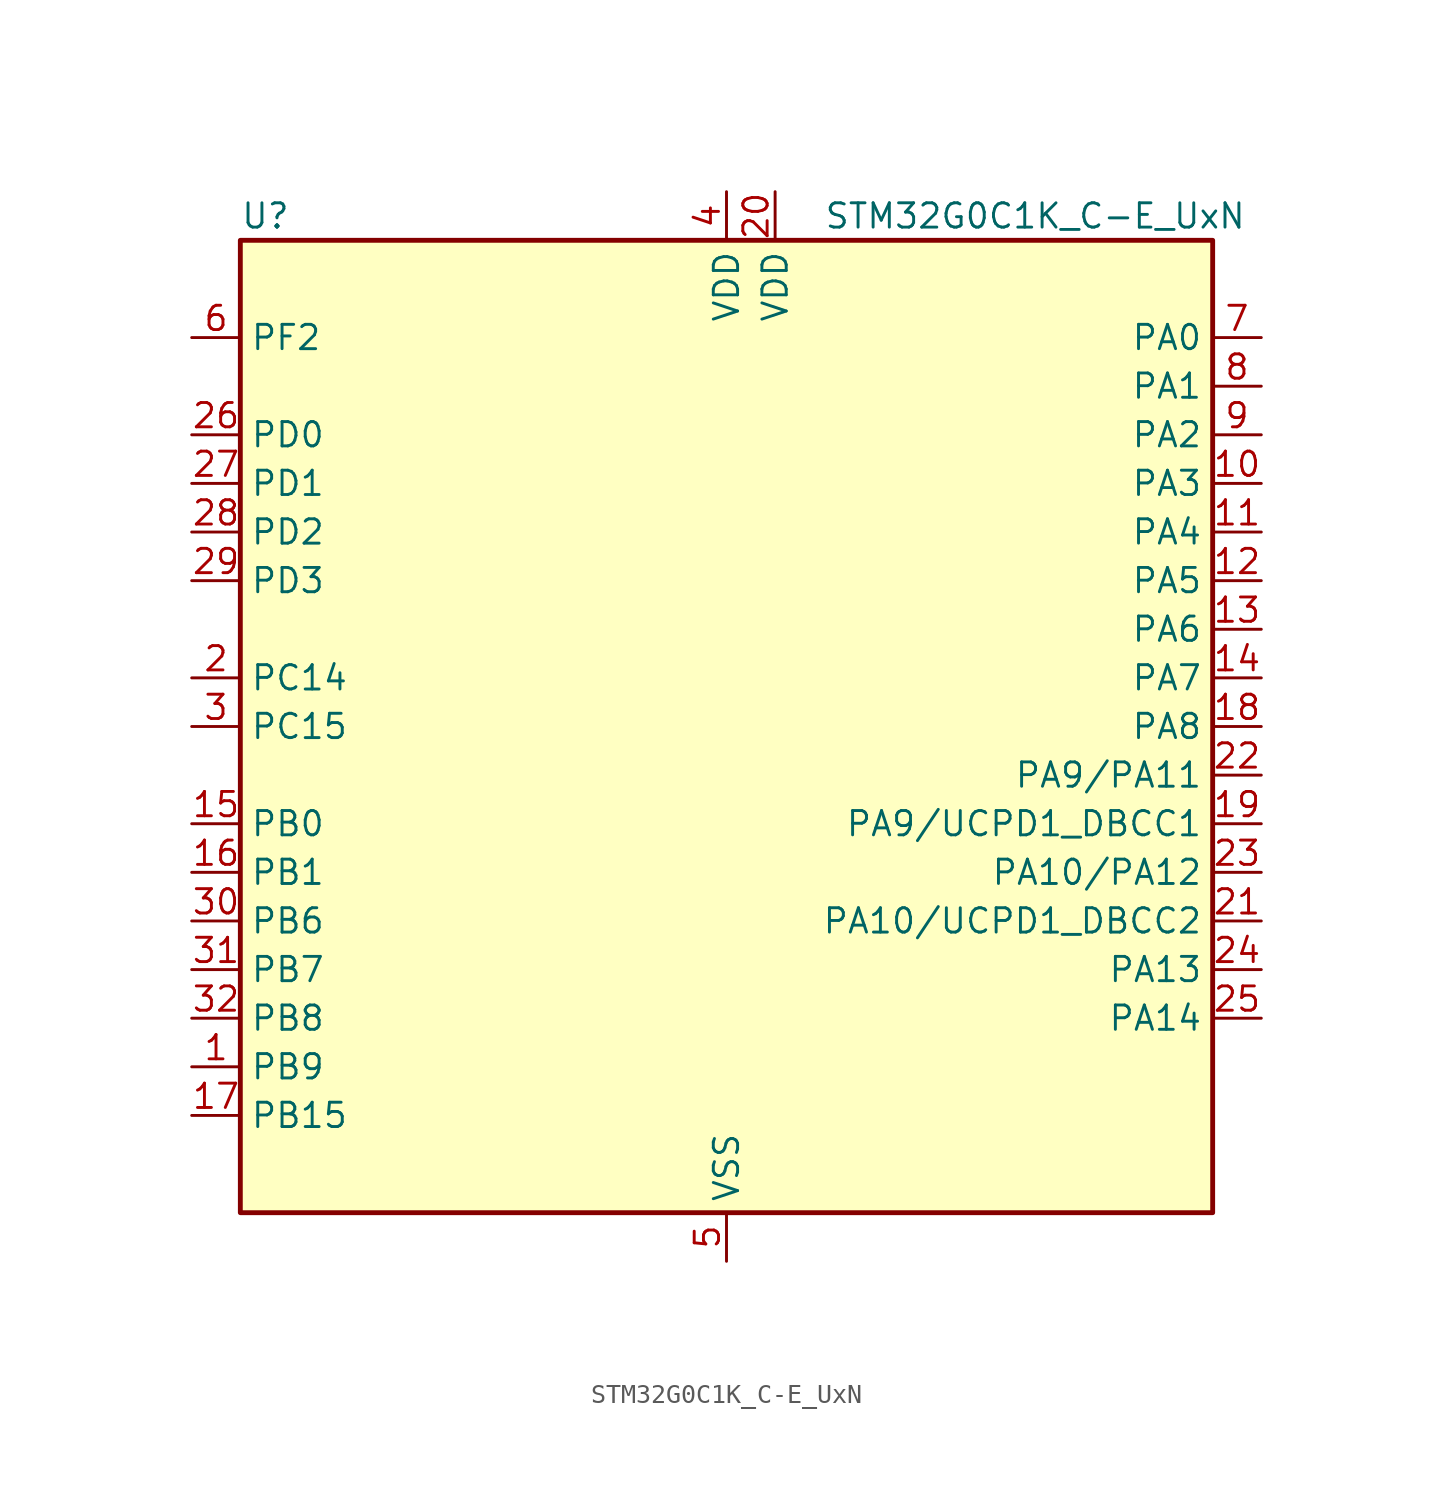
<source format=kicad_sym>
(kicad_symbol_lib
  (version 20231120)
  (generator "kicad-library-utils")
  (generator_version "8.0")
  (symbol "STM32G0C1K_C-E_UxN"
    (property "Reference" "U"
      (at -25.4 26.67 0)
      (effects (font (size 1.27 1.27)) (justify left)))
    (property "Value" "STM32G0C1K_C-E_UxN"
      (at 5.08 26.67 0)
      (effects (font (size 1.27 1.27)) (justify left)))
    (symbol "STM32G0C1K_C-E_UxN_0_1"
      (rectangle (start -25.4 -25.4) (end 25.4 25.4) (stroke (width 0.254) (type default)) (fill (type background))))
    (symbol "STM32G0C1K_C-E_UxN_1_1"
      (pin bidirectional line (at -27.94 -17.78 0) (length 2.54) (name "PB9" (effects (font (size 1.27 1.27)))) (number "1" (effects (font (size 1.27 1.27)))) (alternate "DAC1_EXTI9" bidirectional line) (alternate "FDCAN1_TX" bidirectional line) (alternate "I2C1_SDA" bidirectional line) (alternate "I2S2_WS" bidirectional line) (alternate "IR_OUT" bidirectional line) (alternate "SPI2_NSS" bidirectional line) (alternate "TIM17_CH1" bidirectional line) (alternate "TIM4_CH4" bidirectional line) (alternate "UCPD2_FRSTX1" bidirectional line) (alternate "UCPD2_FRSTX2" bidirectional line) (alternate "USART3_RX" bidirectional line) (alternate "USART6_RX" bidirectional line))
      (pin bidirectional line (at 27.94 12.7 180) (length 2.54) (name "PA3" (effects (font (size 1.27 1.27)))) (number "10" (effects (font (size 1.27 1.27)))) (alternate "ADC1_IN3" bidirectional line) (alternate "COMP2_INP" bidirectional line) (alternate "I2S2_MCK" bidirectional line) (alternate "LPUART1_RX" bidirectional line) (alternate "SPI2_MISO" bidirectional line) (alternate "TIM15_CH2" bidirectional line) (alternate "TIM2_CH4" bidirectional line) (alternate "UCPD2_FRSTX1" bidirectional line) (alternate "UCPD2_FRSTX2" bidirectional line) (alternate "USART2_RX" bidirectional line))
      (pin bidirectional line (at 27.94 10.16 180) (length 2.54) (name "PA4" (effects (font (size 1.27 1.27)))) (number "11" (effects (font (size 1.27 1.27)))) (alternate "ADC1_IN4" bidirectional line) (alternate "DAC1_OUT1" bidirectional line) (alternate "I2S1_WS" bidirectional line) (alternate "I2S2_SD" bidirectional line) (alternate "LPTIM2_OUT" bidirectional line) (alternate "RTC_OUT1" bidirectional line) (alternate "RTC_TAMP_IN1" bidirectional line) (alternate "RTC_TS" bidirectional line) (alternate "SPI1_NSS" bidirectional line) (alternate "SPI2_MOSI" bidirectional line) (alternate "SYS_WKUP2" bidirectional line) (alternate "TIM14_CH1" bidirectional line) (alternate "UCPD2_FRSTX1" bidirectional line) (alternate "UCPD2_FRSTX2" bidirectional line) (alternate "USART6_TX" bidirectional line) (alternate "USB_NOE" bidirectional line))
      (pin bidirectional line (at 27.94 7.62 180) (length 2.54) (name "PA5" (effects (font (size 1.27 1.27)))) (number "12" (effects (font (size 1.27 1.27)))) (alternate "ADC1_IN5" bidirectional line) (alternate "CEC" bidirectional line) (alternate "DAC1_OUT2" bidirectional line) (alternate "I2S1_CK" bidirectional line) (alternate "LPTIM2_ETR" bidirectional line) (alternate "SPI1_SCK" bidirectional line) (alternate "TIM2_CH1" bidirectional line) (alternate "TIM2_ETR" bidirectional line) (alternate "UCPD1_FRSTX1" bidirectional line) (alternate "UCPD1_FRSTX2" bidirectional line) (alternate "USART3_TX" bidirectional line) (alternate "USART6_RX" bidirectional line))
      (pin bidirectional line (at 27.94 5.08 180) (length 2.54) (name "PA6" (effects (font (size 1.27 1.27)))) (number "13" (effects (font (size 1.27 1.27)))) (alternate "ADC1_IN6" bidirectional line) (alternate "COMP1_OUT" bidirectional line) (alternate "I2C2_SDA" bidirectional line) (alternate "I2C3_SDA" bidirectional line) (alternate "I2S1_MCK" bidirectional line) (alternate "LPUART1_CTS" bidirectional line) (alternate "SPI1_MISO" bidirectional line) (alternate "TIM16_CH1" bidirectional line) (alternate "TIM1_BK" bidirectional line) (alternate "TIM3_CH1" bidirectional line) (alternate "USART3_CTS" bidirectional line) (alternate "USART3_NSS" bidirectional line) (alternate "USART6_CTS" bidirectional line) (alternate "USART6_NSS" bidirectional line))
      (pin bidirectional line (at 27.94 2.54 180) (length 2.54) (name "PA7" (effects (font (size 1.27 1.27)))) (number "14" (effects (font (size 1.27 1.27)))) (alternate "ADC1_IN7" bidirectional line) (alternate "COMP2_OUT" bidirectional line) (alternate "I2C2_SCL" bidirectional line) (alternate "I2C3_SCL" bidirectional line) (alternate "I2S1_SD" bidirectional line) (alternate "SPI1_MOSI" bidirectional line) (alternate "TIM14_CH1" bidirectional line) (alternate "TIM17_CH1" bidirectional line) (alternate "TIM1_CH1N" bidirectional line) (alternate "TIM3_CH2" bidirectional line) (alternate "UCPD1_FRSTX1" bidirectional line) (alternate "UCPD1_FRSTX2" bidirectional line) (alternate "USART6_CK" bidirectional line) (alternate "USART6_DE" bidirectional line) (alternate "USART6_RTS" bidirectional line))
      (pin bidirectional line (at -27.94 -5.08 0) (length 2.54) (name "PB0" (effects (font (size 1.27 1.27)))) (number "15" (effects (font (size 1.27 1.27)))) (alternate "ADC1_IN8" bidirectional line) (alternate "COMP1_OUT" bidirectional line) (alternate "COMP3_INP" bidirectional line) (alternate "FDCAN2_RX" bidirectional line) (alternate "I2S1_WS" bidirectional line) (alternate "LPTIM1_OUT" bidirectional line) (alternate "LPUART2_CTS" bidirectional line) (alternate "SPI1_NSS" bidirectional line) (alternate "TIM1_CH2N" bidirectional line) (alternate "TIM3_CH3" bidirectional line) (alternate "UCPD1_FRSTX1" bidirectional line) (alternate "UCPD1_FRSTX2" bidirectional line) (alternate "USART3_RX" bidirectional line) (alternate "USART5_TX" bidirectional line))
      (pin bidirectional line (at -27.94 -7.62 0) (length 2.54) (name "PB1" (effects (font (size 1.27 1.27)))) (number "16" (effects (font (size 1.27 1.27)))) (alternate "ADC1_IN9" bidirectional line) (alternate "COMP1_INM" bidirectional line) (alternate "COMP3_OUT" bidirectional line) (alternate "FDCAN2_TX" bidirectional line) (alternate "LPTIM2_IN1" bidirectional line) (alternate "LPUART1_DE" bidirectional line) (alternate "LPUART1_RTS" bidirectional line) (alternate "LPUART2_DE" bidirectional line) (alternate "LPUART2_RTS" bidirectional line) (alternate "TIM14_CH1" bidirectional line) (alternate "TIM1_CH3N" bidirectional line) (alternate "TIM3_CH4" bidirectional line) (alternate "USART3_CK" bidirectional line) (alternate "USART3_DE" bidirectional line) (alternate "USART3_RTS" bidirectional line) (alternate "USART5_RX" bidirectional line))
      (pin bidirectional line (at -27.94 -20.32 0) (length 2.54) (name "PB15" (effects (font (size 1.27 1.27)))) (number "17" (effects (font (size 1.27 1.27)))) (alternate "I2S2_SD" bidirectional line) (alternate "RTC_REFIN" bidirectional line) (alternate "SPI2_MOSI" bidirectional line) (alternate "TIM15_CH1N" bidirectional line) (alternate "TIM15_CH2" bidirectional line) (alternate "TIM1_CH3N" bidirectional line) (alternate "UCPD1_CC2" bidirectional line) (alternate "USART6_CTS" bidirectional line) (alternate "USART6_NSS" bidirectional line))
      (pin bidirectional line (at 27.94 0 180) (length 2.54) (name "PA8" (effects (font (size 1.27 1.27)))) (number "18" (effects (font (size 1.27 1.27)))) (alternate "CRS1_SYNC" bidirectional line) (alternate "I2C2_SMBA" bidirectional line) (alternate "I2S2_WS" bidirectional line) (alternate "LPTIM2_OUT" bidirectional line) (alternate "RCC_MCO" bidirectional line) (alternate "SPI2_NSS" bidirectional line) (alternate "TIM1_CH1" bidirectional line) (alternate "UCPD1_CC1" bidirectional line))
      (pin bidirectional line (at 27.94 -5.08 180) (length 2.54) (name "PA9/UCPD1_DBCC1" (effects (font (size 1.27 1.27)))) (number "19" (effects (font (size 1.27 1.27)))) (alternate "PA9" bidirectional line) (alternate "DAC1_EXTI9 (PA9)" bidirectional line) (alternate "I2C1_SCL (PA9)" bidirectional line) (alternate "I2C2_SCL (PA9)" bidirectional line) (alternate "I2S2_MCK (PA9)" bidirectional line) (alternate "RCC_MCO (PA9)" bidirectional line) (alternate "SPI2_MISO (PA9)" bidirectional line) (alternate "TIM15_BK (PA9)" bidirectional line) (alternate "TIM1_CH2 (PA9)" bidirectional line) (alternate "UCPD1_DBCC1 (PA9)" bidirectional line) (alternate "USART1_TX (PA9)" bidirectional line) (alternate "UCPD1_DBCC1" bidirectional line) (alternate "UCPD1_DBCC1 (UCPD1_DBCC1)" bidirectional line))
      (pin bidirectional line (at -27.94 2.54 0) (length 2.54) (name "PC14" (effects (font (size 1.27 1.27)))) (number "2" (effects (font (size 1.27 1.27)))) (alternate "RCC_OSC32_IN" bidirectional line) (alternate "RCC_OSC_IN" bidirectional line) (alternate "TIM1_BK2" bidirectional line))
      (pin power_in line (at 2.54 27.94 270) (length 2.54) (name "VDD" (effects (font (size 1.27 1.27)))) (number "20" (effects (font (size 1.27 1.27)))))
      (pin bidirectional line (at 27.94 -10.16 180) (length 2.54) (name "PA10/UCPD1_DBCC2" (effects (font (size 1.27 1.27)))) (number "21" (effects (font (size 1.27 1.27)))) (alternate "PA10" bidirectional line) (alternate "I2C1_SDA (PA10)" bidirectional line) (alternate "I2C2_SDA (PA10)" bidirectional line) (alternate "I2S2_SD (PA10)" bidirectional line) (alternate "RCC_MCO_2 (PA10)" bidirectional line) (alternate "SPI2_MOSI (PA10)" bidirectional line) (alternate "TIM17_BK (PA10)" bidirectional line) (alternate "TIM1_CH3 (PA10)" bidirectional line) (alternate "UCPD1_DBCC2 (PA10)" bidirectional line) (alternate "USART1_RX (PA10)" bidirectional line) (alternate "UCPD1_DBCC2" bidirectional line) (alternate "UCPD1_DBCC2 (UCPD1_DBCC2)" bidirectional line))
      (pin bidirectional line (at 27.94 -2.54 180) (length 2.54) (name "PA9/PA11" (effects (font (size 1.27 1.27)))) (number "22" (effects (font (size 1.27 1.27)))) (alternate "PA9" bidirectional line) (alternate "DAC1_EXTI9 (PA9)" bidirectional line) (alternate "I2C1_SCL (PA9)" bidirectional line) (alternate "I2C2_SCL (PA9)" bidirectional line) (alternate "I2S2_MCK (PA9)" bidirectional line) (alternate "RCC_MCO (PA9)" bidirectional line) (alternate "SPI2_MISO (PA9)" bidirectional line) (alternate "TIM15_BK (PA9)" bidirectional line) (alternate "TIM1_CH2 (PA9)" bidirectional line) (alternate "UCPD1_DBCC1 (PA9)" bidirectional line) (alternate "USART1_TX (PA9)" bidirectional line) (alternate "PA11" bidirectional line) (alternate "ADC1_EXTI11 (PA11)" bidirectional line) (alternate "COMP1_OUT (PA11)" bidirectional line) (alternate "FDCAN1_RX (PA11)" bidirectional line) (alternate "I2C2_SCL (PA11)" bidirectional line) (alternate "I2S1_MCK (PA11)" bidirectional line) (alternate "SPI1_MISO (PA11)" bidirectional line) (alternate "TIM1_BK2 (PA11)" bidirectional line) (alternate "TIM1_CH4 (PA11)" bidirectional line) (alternate "USART1_CTS (PA11)" bidirectional line) (alternate "USART1_NSS (PA11)" bidirectional line) (alternate "USB_DM (PA11)" bidirectional line))
      (pin bidirectional line (at 27.94 -7.62 180) (length 2.54) (name "PA10/PA12" (effects (font (size 1.27 1.27)))) (number "23" (effects (font (size 1.27 1.27)))) (alternate "PA10" bidirectional line) (alternate "I2C1_SDA (PA10)" bidirectional line) (alternate "I2C2_SDA (PA10)" bidirectional line) (alternate "I2S2_SD (PA10)" bidirectional line) (alternate "RCC_MCO_2 (PA10)" bidirectional line) (alternate "SPI2_MOSI (PA10)" bidirectional line) (alternate "TIM17_BK (PA10)" bidirectional line) (alternate "TIM1_CH3 (PA10)" bidirectional line) (alternate "UCPD1_DBCC2 (PA10)" bidirectional line) (alternate "USART1_RX (PA10)" bidirectional line) (alternate "PA12" bidirectional line) (alternate "COMP2_OUT (PA12)" bidirectional line) (alternate "FDCAN1_TX (PA12)" bidirectional line) (alternate "I2C2_SDA (PA12)" bidirectional line) (alternate "I2S1_SD (PA12)" bidirectional line) (alternate "I2S_CKIN (PA12)" bidirectional line) (alternate "SPI1_MOSI (PA12)" bidirectional line) (alternate "TIM1_ETR (PA12)" bidirectional line) (alternate "USART1_CK (PA12)" bidirectional line) (alternate "USART1_DE (PA12)" bidirectional line) (alternate "USART1_RTS (PA12)" bidirectional line) (alternate "USB_DP (PA12)" bidirectional line))
      (pin bidirectional line (at 27.94 -12.7 180) (length 2.54) (name "PA13" (effects (font (size 1.27 1.27)))) (number "24" (effects (font (size 1.27 1.27)))) (alternate "IR_OUT" bidirectional line) (alternate "LPUART2_RX" bidirectional line) (alternate "SYS_SWDIO" bidirectional line) (alternate "USB_NOE" bidirectional line))
      (pin bidirectional line (at 27.94 -15.24 180) (length 2.54) (name "PA14" (effects (font (size 1.27 1.27)))) (number "25" (effects (font (size 1.27 1.27)))) (alternate "LPUART2_TX" bidirectional line) (alternate "SYS_SWCLK" bidirectional line) (alternate "USART2_TX" bidirectional line))
      (pin bidirectional line (at -27.94 15.24 0) (length 2.54) (name "PD0" (effects (font (size 1.27 1.27)))) (number "26" (effects (font (size 1.27 1.27)))) (alternate "FDCAN1_RX" bidirectional line) (alternate "I2S2_WS" bidirectional line) (alternate "SPI2_NSS" bidirectional line) (alternate "TIM16_CH1" bidirectional line) (alternate "UCPD2_CC1" bidirectional line))
      (pin bidirectional line (at -27.94 12.7 0) (length 2.54) (name "PD1" (effects (font (size 1.27 1.27)))) (number "27" (effects (font (size 1.27 1.27)))) (alternate "FDCAN1_TX" bidirectional line) (alternate "I2S2_CK" bidirectional line) (alternate "SPI2_SCK" bidirectional line) (alternate "TIM17_CH1" bidirectional line) (alternate "UCPD2_DBCC1" bidirectional line))
      (pin bidirectional line (at -27.94 10.16 0) (length 2.54) (name "PD2" (effects (font (size 1.27 1.27)))) (number "28" (effects (font (size 1.27 1.27)))) (alternate "TIM1_CH1N" bidirectional line) (alternate "TIM3_ETR" bidirectional line) (alternate "UCPD2_CC2" bidirectional line) (alternate "USART3_CK" bidirectional line) (alternate "USART3_DE" bidirectional line) (alternate "USART3_RTS" bidirectional line) (alternate "USART5_RX" bidirectional line))
      (pin bidirectional line (at -27.94 7.62 0) (length 2.54) (name "PD3" (effects (font (size 1.27 1.27)))) (number "29" (effects (font (size 1.27 1.27)))) (alternate "I2S2_MCK" bidirectional line) (alternate "SPI2_MISO" bidirectional line) (alternate "TIM1_CH2N" bidirectional line) (alternate "UCPD2_DBCC2" bidirectional line) (alternate "USART2_CTS" bidirectional line) (alternate "USART2_NSS" bidirectional line) (alternate "USART5_TX" bidirectional line))
      (pin bidirectional line (at -27.94 0 0) (length 2.54) (name "PC15" (effects (font (size 1.27 1.27)))) (number "3" (effects (font (size 1.27 1.27)))) (alternate "RCC_OSC32_EN" bidirectional line) (alternate "RCC_OSC32_OUT" bidirectional line) (alternate "RCC_OSC_EN" bidirectional line) (alternate "TIM15_BK" bidirectional line))
      (pin bidirectional line (at -27.94 -10.16 0) (length 2.54) (name "PB6" (effects (font (size 1.27 1.27)))) (number "30" (effects (font (size 1.27 1.27)))) (alternate "COMP2_INP" bidirectional line) (alternate "FDCAN2_TX" bidirectional line) (alternate "I2C1_SCL" bidirectional line) (alternate "I2S2_MCK" bidirectional line) (alternate "LPTIM1_ETR" bidirectional line) (alternate "LPUART2_TX" bidirectional line) (alternate "SPI2_MISO" bidirectional line) (alternate "TIM16_CH1N" bidirectional line) (alternate "TIM1_CH3" bidirectional line) (alternate "TIM4_CH1" bidirectional line) (alternate "USART1_TX" bidirectional line) (alternate "USART5_CTS" bidirectional line) (alternate "USART5_NSS" bidirectional line))
      (pin bidirectional line (at -27.94 -12.7 0) (length 2.54) (name "PB7" (effects (font (size 1.27 1.27)))) (number "31" (effects (font (size 1.27 1.27)))) (alternate "COMP2_INM" bidirectional line) (alternate "I2C1_SDA" bidirectional line) (alternate "I2S2_SD" bidirectional line) (alternate "LPTIM1_IN2" bidirectional line) (alternate "LPUART2_RX" bidirectional line) (alternate "SPI2_MOSI" bidirectional line) (alternate "SYS_PVD_IN" bidirectional line) (alternate "TIM17_CH1N" bidirectional line) (alternate "TIM4_CH2" bidirectional line) (alternate "USART1_RX" bidirectional line) (alternate "USART4_CTS" bidirectional line) (alternate "USART4_NSS" bidirectional line))
      (pin bidirectional line (at -27.94 -15.24 0) (length 2.54) (name "PB8" (effects (font (size 1.27 1.27)))) (number "32" (effects (font (size 1.27 1.27)))) (alternate "CEC" bidirectional line) (alternate "FDCAN1_RX" bidirectional line) (alternate "I2C1_SCL" bidirectional line) (alternate "I2S2_CK" bidirectional line) (alternate "SPI2_SCK" bidirectional line) (alternate "TIM15_BK" bidirectional line) (alternate "TIM16_CH1" bidirectional line) (alternate "TIM4_CH3" bidirectional line) (alternate "USART3_TX" bidirectional line) (alternate "USART6_TX" bidirectional line))
      (pin passive line (at 0 -27.94 90) (length 2.54) hide (name "VSS" (effects (font (size 1.27 1.27)))) (number "33" (effects (font (size 1.27 1.27)))))
      (pin power_in line (at 0 27.94 270) (length 2.54) (name "VDD" (effects (font (size 1.27 1.27)))) (number "4" (effects (font (size 1.27 1.27)))))
      (pin power_in line (at 0 -27.94 90) (length 2.54) (name "VSS" (effects (font (size 1.27 1.27)))) (number "5" (effects (font (size 1.27 1.27)))))
      (pin bidirectional line (at -27.94 20.32 0) (length 2.54) (name "PF2" (effects (font (size 1.27 1.27)))) (number "6" (effects (font (size 1.27 1.27)))) (alternate "LPUART2_DE" bidirectional line) (alternate "LPUART2_RTS" bidirectional line) (alternate "LPUART2_TX" bidirectional line) (alternate "RCC_MCO" bidirectional line))
      (pin bidirectional line (at 27.94 20.32 180) (length 2.54) (name "PA0" (effects (font (size 1.27 1.27)))) (number "7" (effects (font (size 1.27 1.27)))) (alternate "ADC1_IN0" bidirectional line) (alternate "COMP1_INM" bidirectional line) (alternate "COMP1_OUT" bidirectional line) (alternate "I2S2_CK" bidirectional line) (alternate "LPTIM1_OUT" bidirectional line) (alternate "RTC_TAMP_IN2" bidirectional line) (alternate "SPI2_SCK" bidirectional line) (alternate "SYS_WKUP1" bidirectional line) (alternate "TIM2_CH1" bidirectional line) (alternate "TIM2_ETR" bidirectional line) (alternate "UCPD2_FRSTX1" bidirectional line) (alternate "UCPD2_FRSTX2" bidirectional line) (alternate "USART2_CTS" bidirectional line) (alternate "USART2_NSS" bidirectional line) (alternate "USART4_TX" bidirectional line))
      (pin bidirectional line (at 27.94 17.78 180) (length 2.54) (name "PA1" (effects (font (size 1.27 1.27)))) (number "8" (effects (font (size 1.27 1.27)))) (alternate "ADC1_IN1" bidirectional line) (alternate "COMP1_INP" bidirectional line) (alternate "I2C1_SMBA" bidirectional line) (alternate "I2S1_CK" bidirectional line) (alternate "SPI1_SCK" bidirectional line) (alternate "TIM15_CH1N" bidirectional line) (alternate "TIM2_CH2" bidirectional line) (alternate "USART2_CK" bidirectional line) (alternate "USART2_DE" bidirectional line) (alternate "USART2_RTS" bidirectional line) (alternate "USART4_RX" bidirectional line))
      (pin bidirectional line (at 27.94 15.24 180) (length 2.54) (name "PA2" (effects (font (size 1.27 1.27)))) (number "9" (effects (font (size 1.27 1.27)))) (alternate "ADC1_IN2" bidirectional line) (alternate "COMP2_INM" bidirectional line) (alternate "COMP2_OUT" bidirectional line) (alternate "I2S1_SD" bidirectional line) (alternate "LPUART1_TX" bidirectional line) (alternate "RCC_LSCO" bidirectional line) (alternate "SPI1_MOSI" bidirectional line) (alternate "SYS_WKUP4" bidirectional line) (alternate "TIM15_CH1" bidirectional line) (alternate "TIM2_CH3" bidirectional line) (alternate "UCPD1_FRSTX1" bidirectional line) (alternate "UCPD1_FRSTX2" bidirectional line) (alternate "USART2_TX" bidirectional line)))))
</source>
